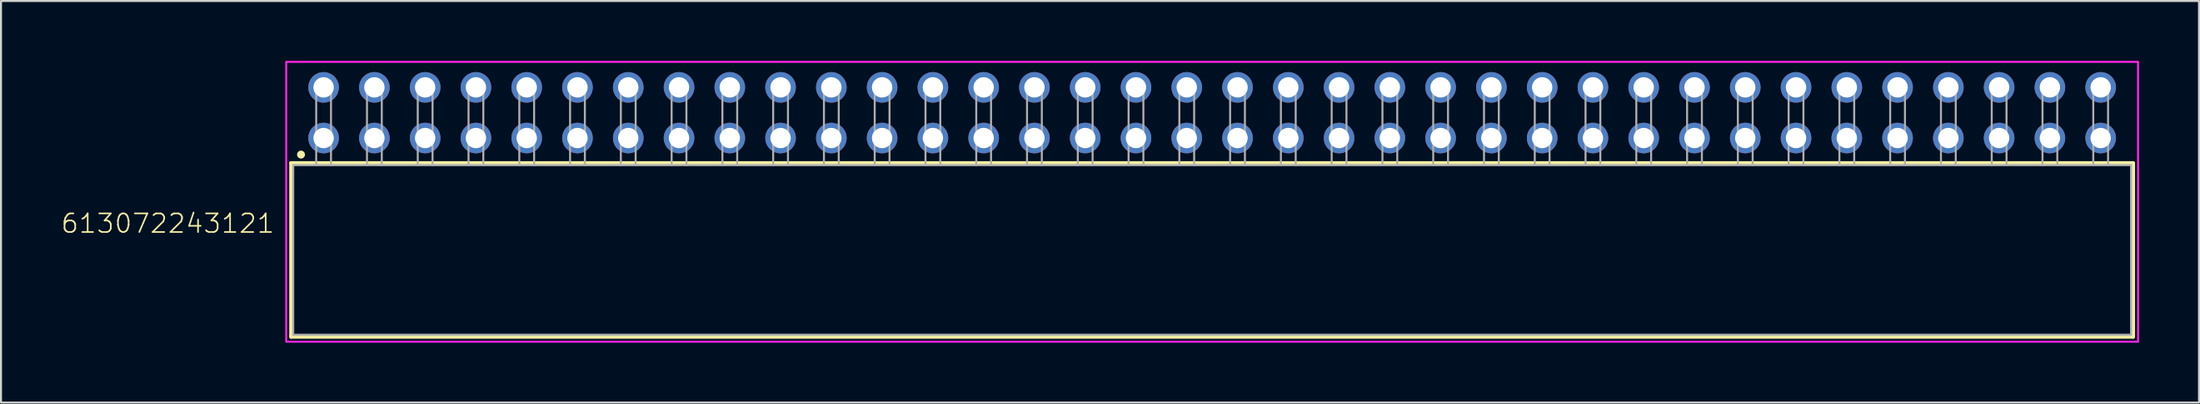
<source format=kicad_pcb>
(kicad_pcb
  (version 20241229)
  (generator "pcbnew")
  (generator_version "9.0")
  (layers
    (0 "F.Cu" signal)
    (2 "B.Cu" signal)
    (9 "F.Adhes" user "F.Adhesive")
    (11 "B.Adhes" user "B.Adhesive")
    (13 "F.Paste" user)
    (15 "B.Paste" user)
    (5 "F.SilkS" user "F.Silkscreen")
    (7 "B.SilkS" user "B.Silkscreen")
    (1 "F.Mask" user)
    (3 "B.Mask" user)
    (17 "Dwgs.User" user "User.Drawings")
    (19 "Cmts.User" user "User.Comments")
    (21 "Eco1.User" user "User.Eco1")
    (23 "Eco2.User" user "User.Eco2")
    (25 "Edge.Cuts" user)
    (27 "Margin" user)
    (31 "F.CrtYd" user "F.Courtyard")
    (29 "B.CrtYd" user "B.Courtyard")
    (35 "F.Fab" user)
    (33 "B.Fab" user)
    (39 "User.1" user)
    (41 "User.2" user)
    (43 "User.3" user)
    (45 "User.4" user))
  (footprint "613072243121"
    (layer "F.Cu")
    (at 57.589 9.48)
    (property "Reference" "613072243121" (at -46.85 -0.78 0) (unlocked yes) (layer "F.SilkS") (effects (font (size 0.935 0.935) (thickness 0.081)) (justify right bottom)))
    (fp_line (start -46.07 -4.35) (end 46.07 -4.35) (stroke (width 0.2) (type solid)) (layer "F.SilkS"))
    (fp_line (start -46.07 4.35) (end -46.07 -4.35) (stroke (width 0.2) (type solid)) (layer "F.SilkS"))
    (fp_line (start 46.07 -4.35) (end 46.07 4.35) (stroke (width 0.2) (type solid)) (layer "F.SilkS"))
    (fp_line (start 46.07 4.35) (end -46.07 4.35) (stroke (width 0.2) (type solid)) (layer "F.SilkS"))
    (fp_circle (center -45.58 -4.78) (end -45.48 -4.78) (stroke (width 0.2) (type solid)) (fill no) (layer "F.SilkS"))
    (fp_poly (pts (xy 46.32 4.6) (xy -46.32 4.6) (xy -46.32 -9.43) (xy 46.32 -9.43)) (stroke (width 0.1) (type default)) (fill no) (layer "F.CrtYd"))
    (fp_line (start -45.97 -4.25) (end -45.97 4.25) (stroke (width 0.1) (type solid)) (layer "F.Fab"))
    (fp_line (start -44.82 -8.35) (end -44.08 -8.35) (stroke (width 0.1) (type solid)) (layer "F.Fab"))
    (fp_line (start -44.82 -4.25) (end -45.97 -4.25) (stroke (width 0.1) (type solid)) (layer "F.Fab"))
    (fp_line (start -44.82 -4.25) (end -44.82 -8.35) (stroke (width 0.1) (type solid)) (layer "F.Fab"))
    (fp_line (start -44.08 -8.35) (end -44.08 -4.25) (stroke (width 0.1) (type solid)) (layer "F.Fab"))
    (fp_line (start -44.08 -4.25) (end -44.82 -4.25) (stroke (width 0.1) (type solid)) (layer "F.Fab"))
    (fp_line (start -42.28 -8.35) (end -41.54 -8.35) (stroke (width 0.1) (type solid)) (layer "F.Fab"))
    (fp_line (start -42.28 -4.25) (end -42.28 -8.35) (stroke (width 0.1) (type solid)) (layer "F.Fab"))
    (fp_line (start -41.54 -8.35) (end -41.54 -4.25) (stroke (width 0.1) (type solid)) (layer "F.Fab"))
    (fp_line (start -39.74 -8.35) (end -39 -8.35) (stroke (width 0.1) (type solid)) (layer "F.Fab"))
    (fp_line (start -39.74 -4.25) (end -39.74 -8.35) (stroke (width 0.1) (type solid)) (layer "F.Fab"))
    (fp_line (start -39 -8.35) (end -39 -4.25) (stroke (width 0.1) (type solid)) (layer "F.Fab"))
    (fp_line (start -37.2 -8.35) (end -36.46 -8.35) (stroke (width 0.1) (type solid)) (layer "F.Fab"))
    (fp_line (start -37.2 -4.25) (end -37.2 -8.35) (stroke (width 0.1) (type solid)) (layer "F.Fab"))
    (fp_line (start -36.46 -8.35) (end -36.46 -4.25) (stroke (width 0.1) (type solid)) (layer "F.Fab"))
    (fp_line (start -34.66 -8.35) (end -33.92 -8.35) (stroke (width 0.1) (type solid)) (layer "F.Fab"))
    (fp_line (start -34.66 -4.25) (end -34.66 -8.35) (stroke (width 0.1) (type solid)) (layer "F.Fab"))
    (fp_line (start -33.92 -8.35) (end -33.92 -4.25) (stroke (width 0.1) (type solid)) (layer "F.Fab"))
    (fp_line (start -32.12 -8.35) (end -31.38 -8.35) (stroke (width 0.1) (type solid)) (layer "F.Fab"))
    (fp_line (start -32.12 -4.25) (end -32.12 -8.35) (stroke (width 0.1) (type solid)) (layer "F.Fab"))
    (fp_line (start -31.38 -8.35) (end -31.38 -4.25) (stroke (width 0.1) (type solid)) (layer "F.Fab"))
    (fp_line (start -29.58 -8.35) (end -28.84 -8.35) (stroke (width 0.1) (type solid)) (layer "F.Fab"))
    (fp_line (start -29.58 -4.25) (end -29.58 -8.35) (stroke (width 0.1) (type solid)) (layer "F.Fab"))
    (fp_line (start -28.84 -8.35) (end -28.84 -4.25) (stroke (width 0.1) (type solid)) (layer "F.Fab"))
    (fp_line (start -27.04 -8.35) (end -26.3 -8.35) (stroke (width 0.1) (type solid)) (layer "F.Fab"))
    (fp_line (start -27.04 -4.25) (end -27.04 -8.35) (stroke (width 0.1) (type solid)) (layer "F.Fab"))
    (fp_line (start -26.3 -8.35) (end -26.3 -4.25) (stroke (width 0.1) (type solid)) (layer "F.Fab"))
    (fp_line (start -24.5 -8.35) (end -23.76 -8.35) (stroke (width 0.1) (type solid)) (layer "F.Fab"))
    (fp_line (start -24.5 -4.25) (end -24.5 -8.35) (stroke (width 0.1) (type solid)) (layer "F.Fab"))
    (fp_line (start -23.76 -8.35) (end -23.76 -4.25) (stroke (width 0.1) (type solid)) (layer "F.Fab"))
    (fp_line (start -21.96 -8.35) (end -21.22 -8.35) (stroke (width 0.1) (type solid)) (layer "F.Fab"))
    (fp_line (start -21.96 -4.25) (end -21.96 -8.35) (stroke (width 0.1) (type solid)) (layer "F.Fab"))
    (fp_line (start -21.22 -8.35) (end -21.22 -4.25) (stroke (width 0.1) (type solid)) (layer "F.Fab"))
    (fp_line (start -19.42 -8.35) (end -18.68 -8.35) (stroke (width 0.1) (type solid)) (layer "F.Fab"))
    (fp_line (start -19.42 -4.25) (end -19.42 -8.35) (stroke (width 0.1) (type solid)) (layer "F.Fab"))
    (fp_line (start -18.68 -8.35) (end -18.68 -4.25) (stroke (width 0.1) (type solid)) (layer "F.Fab"))
    (fp_line (start -16.88 -8.35) (end -16.14 -8.35) (stroke (width 0.1) (type solid)) (layer "F.Fab"))
    (fp_line (start -16.88 -4.25) (end -16.88 -8.35) (stroke (width 0.1) (type solid)) (layer "F.Fab"))
    (fp_line (start -16.14 -8.35) (end -16.14 -4.25) (stroke (width 0.1) (type solid)) (layer "F.Fab"))
    (fp_line (start -14.34 -8.35) (end -13.6 -8.35) (stroke (width 0.1) (type solid)) (layer "F.Fab"))
    (fp_line (start -14.34 -4.25) (end -14.34 -8.35) (stroke (width 0.1) (type solid)) (layer "F.Fab"))
    (fp_line (start -13.6 -8.35) (end -13.6 -4.25) (stroke (width 0.1) (type solid)) (layer "F.Fab"))
    (fp_line (start -11.8 -8.35) (end -11.06 -8.35) (stroke (width 0.1) (type solid)) (layer "F.Fab"))
    (fp_line (start -11.8 -4.25) (end -11.8 -8.35) (stroke (width 0.1) (type solid)) (layer "F.Fab"))
    (fp_line (start -11.06 -8.35) (end -11.06 -4.25) (stroke (width 0.1) (type solid)) (layer "F.Fab"))
    (fp_line (start -9.26 -8.35) (end -8.52 -8.35) (stroke (width 0.1) (type solid)) (layer "F.Fab"))
    (fp_line (start -9.26 -4.25) (end -9.26 -8.35) (stroke (width 0.1) (type solid)) (layer "F.Fab"))
    (fp_line (start -8.52 -8.35) (end -8.52 -4.25) (stroke (width 0.1) (type solid)) (layer "F.Fab"))
    (fp_line (start -6.72 -8.35) (end -5.98 -8.35) (stroke (width 0.1) (type solid)) (layer "F.Fab"))
    (fp_line (start -6.72 -4.25) (end -6.72 -8.35) (stroke (width 0.1) (type solid)) (layer "F.Fab"))
    (fp_line (start -5.98 -8.35) (end -5.98 -4.25) (stroke (width 0.1) (type solid)) (layer "F.Fab"))
    (fp_line (start -4.18 -8.35) (end -3.44 -8.35) (stroke (width 0.1) (type solid)) (layer "F.Fab"))
    (fp_line (start -4.18 -4.25) (end -4.18 -8.35) (stroke (width 0.1) (type solid)) (layer "F.Fab"))
    (fp_line (start -3.44 -8.35) (end -3.44 -4.25) (stroke (width 0.1) (type solid)) (layer "F.Fab"))
    (fp_line (start -1.64 -8.35) (end -0.9 -8.35) (stroke (width 0.1) (type solid)) (layer "F.Fab"))
    (fp_line (start -1.64 -4.25) (end -1.64 -8.35) (stroke (width 0.1) (type solid)) (layer "F.Fab"))
    (fp_line (start -0.9 -8.35) (end -0.9 -4.25) (stroke (width 0.1) (type solid)) (layer "F.Fab"))
    (fp_line (start 0.9 -8.35) (end 1.64 -8.35) (stroke (width 0.1) (type solid)) (layer "F.Fab"))
    (fp_line (start 0.9 -4.25) (end 0.9 -8.35) (stroke (width 0.1) (type solid)) (layer "F.Fab"))
    (fp_line (start 1.64 -8.35) (end 1.64 -4.25) (stroke (width 0.1) (type solid)) (layer "F.Fab"))
    (fp_line (start 3.44 -8.35) (end 4.18 -8.35) (stroke (width 0.1) (type solid)) (layer "F.Fab"))
    (fp_line (start 3.44 -4.25) (end 3.44 -8.35) (stroke (width 0.1) (type solid)) (layer "F.Fab"))
    (fp_line (start 4.18 -8.35) (end 4.18 -4.25) (stroke (width 0.1) (type solid)) (layer "F.Fab"))
    (fp_line (start 5.98 -8.35) (end 6.72 -8.35) (stroke (width 0.1) (type solid)) (layer "F.Fab"))
    (fp_line (start 5.98 -4.25) (end 5.98 -8.35) (stroke (width 0.1) (type solid)) (layer "F.Fab"))
    (fp_line (start 6.72 -8.35) (end 6.72 -4.25) (stroke (width 0.1) (type solid)) (layer "F.Fab"))
    (fp_line (start 8.52 -8.35) (end 9.26 -8.35) (stroke (width 0.1) (type solid)) (layer "F.Fab"))
    (fp_line (start 8.52 -4.25) (end 8.52 -8.35) (stroke (width 0.1) (type solid)) (layer "F.Fab"))
    (fp_line (start 9.26 -8.35) (end 9.26 -4.25) (stroke (width 0.1) (type solid)) (layer "F.Fab"))
    (fp_line (start 11.06 -8.35) (end 11.8 -8.35) (stroke (width 0.1) (type solid)) (layer "F.Fab"))
    (fp_line (start 11.06 -4.25) (end 11.06 -8.35) (stroke (width 0.1) (type solid)) (layer "F.Fab"))
    (fp_line (start 11.8 -8.35) (end 11.8 -4.25) (stroke (width 0.1) (type solid)) (layer "F.Fab"))
    (fp_line (start 13.6 -8.35) (end 14.34 -8.35) (stroke (width 0.1) (type solid)) (layer "F.Fab"))
    (fp_line (start 13.6 -4.25) (end 13.6 -8.35) (stroke (width 0.1) (type solid)) (layer "F.Fab"))
    (fp_line (start 14.34 -8.35) (end 14.34 -4.25) (stroke (width 0.1) (type solid)) (layer "F.Fab"))
    (fp_line (start 16.14 -8.35) (end 16.88 -8.35) (stroke (width 0.1) (type solid)) (layer "F.Fab"))
    (fp_line (start 16.14 -4.25) (end 16.14 -8.35) (stroke (width 0.1) (type solid)) (layer "F.Fab"))
    (fp_line (start 16.88 -8.35) (end 16.88 -4.25) (stroke (width 0.1) (type solid)) (layer "F.Fab"))
    (fp_line (start 18.68 -8.35) (end 19.42 -8.35) (stroke (width 0.1) (type solid)) (layer "F.Fab"))
    (fp_line (start 18.68 -4.25) (end 18.68 -8.35) (stroke (width 0.1) (type solid)) (layer "F.Fab"))
    (fp_line (start 19.42 -8.35) (end 19.42 -4.25) (stroke (width 0.1) (type solid)) (layer "F.Fab"))
    (fp_line (start 21.22 -8.35) (end 21.96 -8.35) (stroke (width 0.1) (type solid)) (layer "F.Fab"))
    (fp_line (start 21.22 -4.25) (end 21.22 -8.35) (stroke (width 0.1) (type solid)) (layer "F.Fab"))
    (fp_line (start 21.96 -8.35) (end 21.96 -4.25) (stroke (width 0.1) (type solid)) (layer "F.Fab"))
    (fp_line (start 23.76 -8.35) (end 24.5 -8.35) (stroke (width 0.1) (type solid)) (layer "F.Fab"))
    (fp_line (start 23.76 -4.25) (end 23.76 -8.35) (stroke (width 0.1) (type solid)) (layer "F.Fab"))
    (fp_line (start 24.5 -8.35) (end 24.5 -4.25) (stroke (width 0.1) (type solid)) (layer "F.Fab"))
    (fp_line (start 26.3 -8.35) (end 27.04 -8.35) (stroke (width 0.1) (type solid)) (layer "F.Fab"))
    (fp_line (start 26.3 -4.25) (end 26.3 -8.35) (stroke (width 0.1) (type solid)) (layer "F.Fab"))
    (fp_line (start 27.04 -8.35) (end 27.04 -4.25) (stroke (width 0.1) (type solid)) (layer "F.Fab"))
    (fp_line (start 28.84 -8.35) (end 29.58 -8.35) (stroke (width 0.1) (type solid)) (layer "F.Fab"))
    (fp_line (start 28.84 -4.25) (end 28.84 -8.35) (stroke (width 0.1) (type solid)) (layer "F.Fab"))
    (fp_line (start 29.58 -8.35) (end 29.58 -4.25) (stroke (width 0.1) (type solid)) (layer "F.Fab"))
    (fp_line (start 31.38 -8.35) (end 32.12 -8.35) (stroke (width 0.1) (type solid)) (layer "F.Fab"))
    (fp_line (start 31.38 -4.25) (end 31.38 -8.35) (stroke (width 0.1) (type solid)) (layer "F.Fab"))
    (fp_line (start 32.12 -8.35) (end 32.12 -4.25) (stroke (width 0.1) (type solid)) (layer "F.Fab"))
    (fp_line (start 33.92 -8.35) (end 34.66 -8.35) (stroke (width 0.1) (type solid)) (layer "F.Fab"))
    (fp_line (start 33.92 -4.25) (end 33.92 -8.35) (stroke (width 0.1) (type solid)) (layer "F.Fab"))
    (fp_line (start 34.66 -8.35) (end 34.66 -4.25) (stroke (width 0.1) (type solid)) (layer "F.Fab"))
    (fp_line (start 36.46 -8.35) (end 37.2 -8.35) (stroke (width 0.1) (type solid)) (layer "F.Fab"))
    (fp_line (start 36.46 -4.25) (end 36.46 -8.35) (stroke (width 0.1) (type solid)) (layer "F.Fab"))
    (fp_line (start 37.2 -8.35) (end 37.2 -4.25) (stroke (width 0.1) (type solid)) (layer "F.Fab"))
    (fp_line (start 39 -8.35) (end 39.74 -8.35) (stroke (width 0.1) (type solid)) (layer "F.Fab"))
    (fp_line (start 39 -4.25) (end 39 -8.35) (stroke (width 0.1) (type solid)) (layer "F.Fab"))
    (fp_line (start 39.74 -8.35) (end 39.74 -4.25) (stroke (width 0.1) (type solid)) (layer "F.Fab"))
    (fp_line (start 41.54 -8.35) (end 42.28 -8.35) (stroke (width 0.1) (type solid)) (layer "F.Fab"))
    (fp_line (start 41.54 -4.25) (end 41.54 -8.35) (stroke (width 0.1) (type solid)) (layer "F.Fab"))
    (fp_line (start 42.28 -8.35) (end 42.28 -4.25) (stroke (width 0.1) (type solid)) (layer "F.Fab"))
    (fp_line (start 44.08 -8.35) (end 44.82 -8.35) (stroke (width 0.1) (type solid)) (layer "F.Fab"))
    (fp_line (start 44.08 -4.25) (end 44.08 -8.35) (stroke (width 0.1) (type solid)) (layer "F.Fab"))
    (fp_line (start 44.82 -8.35) (end 44.82 -4.25) (stroke (width 0.1) (type solid)) (layer "F.Fab"))
    (fp_line (start 45.97 -4.25) (end -44.08 -4.25) (stroke (width 0.1) (type solid)) (layer "F.Fab"))
    (fp_line (start 45.97 4.25) (end -45.97 4.25) (stroke (width 0.1) (type solid)) (layer "F.Fab"))
    (fp_line (start 45.97 4.25) (end 45.97 -4.25) (stroke (width 0.1) (type solid)) (layer "F.Fab"))
    (pad "1" thru_hole circle (at -44.45 -5.61 180) (size 1.53 1.53) (drill 1.02) (layers "*.Cu" "*.Mask"))
    (pad "2" thru_hole circle (at -44.45 -8.15 180) (size 1.53 1.53) (drill 1.02) (layers "*.Cu" "*.Mask"))
    (pad "3" thru_hole circle (at -41.91 -5.61 180) (size 1.53 1.53) (drill 1.02) (layers "*.Cu" "*.Mask"))
    (pad "4" thru_hole circle (at -41.91 -8.15 180) (size 1.53 1.53) (drill 1.02) (layers "*.Cu" "*.Mask"))
    (pad "5" thru_hole circle (at -39.37 -5.61 180) (size 1.53 1.53) (drill 1.02) (layers "*.Cu" "*.Mask"))
    (pad "6" thru_hole circle (at -39.37 -8.15 180) (size 1.53 1.53) (drill 1.02) (layers "*.Cu" "*.Mask"))
    (pad "7" thru_hole circle (at -36.83 -5.61 180) (size 1.53 1.53) (drill 1.02) (layers "*.Cu" "*.Mask"))
    (pad "8" thru_hole circle (at -36.83 -8.15 180) (size 1.53 1.53) (drill 1.02) (layers "*.Cu" "*.Mask"))
    (pad "9" thru_hole circle (at -34.29 -5.61 180) (size 1.53 1.53) (drill 1.02) (layers "*.Cu" "*.Mask"))
    (pad "10" thru_hole circle (at -34.29 -8.15 180) (size 1.53 1.53) (drill 1.02) (layers "*.Cu" "*.Mask"))
    (pad "11" thru_hole circle (at -31.75 -5.61 180) (size 1.53 1.53) (drill 1.02) (layers "*.Cu" "*.Mask"))
    (pad "12" thru_hole circle (at -31.75 -8.15 180) (size 1.53 1.53) (drill 1.02) (layers "*.Cu" "*.Mask"))
    (pad "13" thru_hole circle (at -29.21 -5.61 180) (size 1.53 1.53) (drill 1.02) (layers "*.Cu" "*.Mask"))
    (pad "14" thru_hole circle (at -29.21 -8.15 180) (size 1.53 1.53) (drill 1.02) (layers "*.Cu" "*.Mask"))
    (pad "15" thru_hole circle (at -26.67 -5.61 180) (size 1.53 1.53) (drill 1.02) (layers "*.Cu" "*.Mask"))
    (pad "16" thru_hole circle (at -26.67 -8.15 180) (size 1.53 1.53) (drill 1.02) (layers "*.Cu" "*.Mask"))
    (pad "17" thru_hole circle (at -24.13 -5.61 180) (size 1.53 1.53) (drill 1.02) (layers "*.Cu" "*.Mask"))
    (pad "18" thru_hole circle (at -24.13 -8.15 180) (size 1.53 1.53) (drill 1.02) (layers "*.Cu" "*.Mask"))
    (pad "19" thru_hole circle (at -21.59 -5.61 180) (size 1.53 1.53) (drill 1.02) (layers "*.Cu" "*.Mask"))
    (pad "20" thru_hole circle (at -21.59 -8.15 180) (size 1.53 1.53) (drill 1.02) (layers "*.Cu" "*.Mask"))
    (pad "21" thru_hole circle (at -19.05 -5.61 180) (size 1.53 1.53) (drill 1.02) (layers "*.Cu" "*.Mask"))
    (pad "22" thru_hole circle (at -19.05 -8.15 180) (size 1.53 1.53) (drill 1.02) (layers "*.Cu" "*.Mask"))
    (pad "23" thru_hole circle (at -16.51 -5.61 180) (size 1.53 1.53) (drill 1.02) (layers "*.Cu" "*.Mask"))
    (pad "24" thru_hole circle (at -16.51 -8.15 180) (size 1.53 1.53) (drill 1.02) (layers "*.Cu" "*.Mask"))
    (pad "25" thru_hole circle (at -13.97 -5.61 180) (size 1.53 1.53) (drill 1.02) (layers "*.Cu" "*.Mask"))
    (pad "26" thru_hole circle (at -13.97 -8.15 180) (size 1.53 1.53) (drill 1.02) (layers "*.Cu" "*.Mask"))
    (pad "27" thru_hole circle (at -11.43 -5.61 180) (size 1.53 1.53) (drill 1.02) (layers "*.Cu" "*.Mask"))
    (pad "28" thru_hole circle (at -11.43 -8.15 180) (size 1.53 1.53) (drill 1.02) (layers "*.Cu" "*.Mask"))
    (pad "29" thru_hole circle (at -8.89 -5.61 180) (size 1.53 1.53) (drill 1.02) (layers "*.Cu" "*.Mask"))
    (pad "30" thru_hole circle (at -8.89 -8.15 180) (size 1.53 1.53) (drill 1.02) (layers "*.Cu" "*.Mask"))
    (pad "31" thru_hole circle (at -6.35 -5.61 180) (size 1.53 1.53) (drill 1.02) (layers "*.Cu" "*.Mask"))
    (pad "32" thru_hole circle (at -6.35 -8.15 180) (size 1.53 1.53) (drill 1.02) (layers "*.Cu" "*.Mask"))
    (pad "33" thru_hole circle (at -3.81 -5.61 180) (size 1.53 1.53) (drill 1.02) (layers "*.Cu" "*.Mask"))
    (pad "34" thru_hole circle (at -3.81 -8.15 180) (size 1.53 1.53) (drill 1.02) (layers "*.Cu" "*.Mask"))
    (pad "35" thru_hole circle (at -1.27 -5.61 180) (size 1.53 1.53) (drill 1.02) (layers "*.Cu" "*.Mask"))
    (pad "36" thru_hole circle (at -1.27 -8.15 180) (size 1.53 1.53) (drill 1.02) (layers "*.Cu" "*.Mask"))
    (pad "37" thru_hole circle (at 1.27 -5.61 180) (size 1.53 1.53) (drill 1.02) (layers "*.Cu" "*.Mask"))
    (pad "38" thru_hole circle (at 1.27 -8.15 180) (size 1.53 1.53) (drill 1.02) (layers "*.Cu" "*.Mask"))
    (pad "39" thru_hole circle (at 3.81 -5.61 180) (size 1.53 1.53) (drill 1.02) (layers "*.Cu" "*.Mask"))
    (pad "40" thru_hole circle (at 3.81 -8.15 180) (size 1.53 1.53) (drill 1.02) (layers "*.Cu" "*.Mask"))
    (pad "41" thru_hole circle (at 6.35 -5.61 180) (size 1.53 1.53) (drill 1.02) (layers "*.Cu" "*.Mask"))
    (pad "42" thru_hole circle (at 6.35 -8.15 180) (size 1.53 1.53) (drill 1.02) (layers "*.Cu" "*.Mask"))
    (pad "43" thru_hole circle (at 8.89 -5.61 180) (size 1.53 1.53) (drill 1.02) (layers "*.Cu" "*.Mask"))
    (pad "44" thru_hole circle (at 8.89 -8.15 180) (size 1.53 1.53) (drill 1.02) (layers "*.Cu" "*.Mask"))
    (pad "45" thru_hole circle (at 11.43 -5.61 180) (size 1.53 1.53) (drill 1.02) (layers "*.Cu" "*.Mask"))
    (pad "46" thru_hole circle (at 11.43 -8.15 180) (size 1.53 1.53) (drill 1.02) (layers "*.Cu" "*.Mask"))
    (pad "47" thru_hole circle (at 13.97 -5.61 180) (size 1.53 1.53) (drill 1.02) (layers "*.Cu" "*.Mask"))
    (pad "48" thru_hole circle (at 13.97 -8.15 180) (size 1.53 1.53) (drill 1.02) (layers "*.Cu" "*.Mask"))
    (pad "49" thru_hole circle (at 16.51 -5.61 180) (size 1.53 1.53) (drill 1.02) (layers "*.Cu" "*.Mask"))
    (pad "50" thru_hole circle (at 16.51 -8.15 180) (size 1.53 1.53) (drill 1.02) (layers "*.Cu" "*.Mask"))
    (pad "51" thru_hole circle (at 19.05 -5.61 180) (size 1.53 1.53) (drill 1.02) (layers "*.Cu" "*.Mask"))
    (pad "52" thru_hole circle (at 19.05 -8.15 180) (size 1.53 1.53) (drill 1.02) (layers "*.Cu" "*.Mask"))
    (pad "53" thru_hole circle (at 21.59 -5.61 180) (size 1.53 1.53) (drill 1.02) (layers "*.Cu" "*.Mask"))
    (pad "54" thru_hole circle (at 21.59 -8.15 180) (size 1.53 1.53) (drill 1.02) (layers "*.Cu" "*.Mask"))
    (pad "55" thru_hole circle (at 24.13 -5.61 180) (size 1.53 1.53) (drill 1.02) (layers "*.Cu" "*.Mask"))
    (pad "56" thru_hole circle (at 24.13 -8.15 180) (size 1.53 1.53) (drill 1.02) (layers "*.Cu" "*.Mask"))
    (pad "57" thru_hole circle (at 26.67 -5.61 180) (size 1.53 1.53) (drill 1.02) (layers "*.Cu" "*.Mask"))
    (pad "58" thru_hole circle (at 26.67 -8.15 180) (size 1.53 1.53) (drill 1.02) (layers "*.Cu" "*.Mask"))
    (pad "59" thru_hole circle (at 29.21 -5.61 180) (size 1.53 1.53) (drill 1.02) (layers "*.Cu" "*.Mask"))
    (pad "60" thru_hole circle (at 29.21 -8.15 180) (size 1.53 1.53) (drill 1.02) (layers "*.Cu" "*.Mask"))
    (pad "61" thru_hole circle (at 31.75 -5.61 180) (size 1.53 1.53) (drill 1.02) (layers "*.Cu" "*.Mask"))
    (pad "62" thru_hole circle (at 31.75 -8.15 180) (size 1.53 1.53) (drill 1.02) (layers "*.Cu" "*.Mask"))
    (pad "63" thru_hole circle (at 34.29 -5.61 180) (size 1.53 1.53) (drill 1.02) (layers "*.Cu" "*.Mask"))
    (pad "64" thru_hole circle (at 34.29 -8.15 180) (size 1.53 1.53) (drill 1.02) (layers "*.Cu" "*.Mask"))
    (pad "65" thru_hole circle (at 36.83 -5.61 180) (size 1.53 1.53) (drill 1.02) (layers "*.Cu" "*.Mask"))
    (pad "66" thru_hole circle (at 36.83 -8.15 180) (size 1.53 1.53) (drill 1.02) (layers "*.Cu" "*.Mask"))
    (pad "67" thru_hole circle (at 39.37 -5.61 180) (size 1.53 1.53) (drill 1.02) (layers "*.Cu" "*.Mask"))
    (pad "68" thru_hole circle (at 39.37 -8.15 180) (size 1.53 1.53) (drill 1.02) (layers "*.Cu" "*.Mask"))
    (pad "69" thru_hole circle (at 41.91 -5.61 180) (size 1.53 1.53) (drill 1.02) (layers "*.Cu" "*.Mask"))
    (pad "70" thru_hole circle (at 41.91 -8.15 180) (size 1.53 1.53) (drill 1.02) (layers "*.Cu" "*.Mask"))
    (pad "71" thru_hole circle (at 44.45 -5.61 180) (size 1.53 1.53) (drill 1.02) (layers "*.Cu" "*.Mask"))
    (pad "72" thru_hole circle (at 44.45 -8.15 180) (size 1.53 1.53) (drill 1.02) (layers "*.Cu" "*.Mask")))
  (gr_rect
    (start -3 -3)
    (end 106.959 17.13)
    (stroke (width 0.1) (type default))
    (fill no)
    (layer "Edge.Cuts")))
</source>
